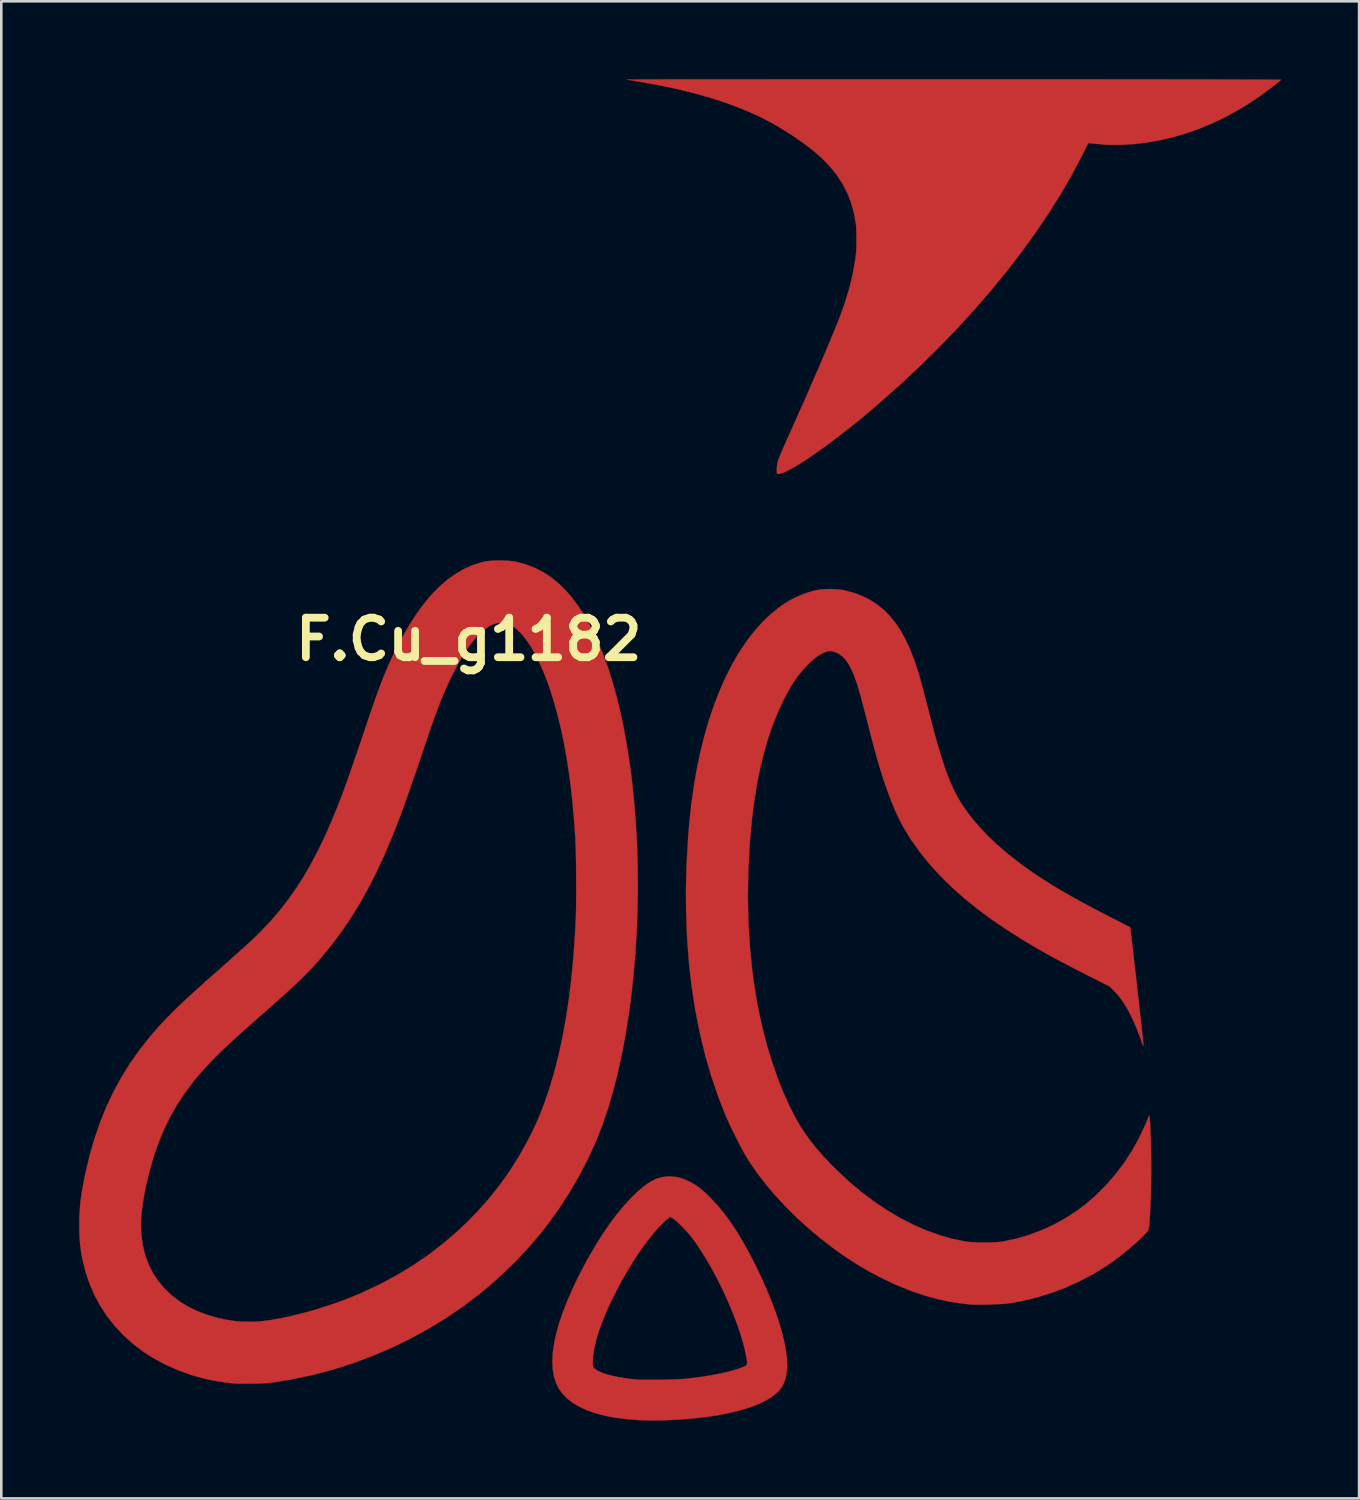
<source format=kicad_pcb>
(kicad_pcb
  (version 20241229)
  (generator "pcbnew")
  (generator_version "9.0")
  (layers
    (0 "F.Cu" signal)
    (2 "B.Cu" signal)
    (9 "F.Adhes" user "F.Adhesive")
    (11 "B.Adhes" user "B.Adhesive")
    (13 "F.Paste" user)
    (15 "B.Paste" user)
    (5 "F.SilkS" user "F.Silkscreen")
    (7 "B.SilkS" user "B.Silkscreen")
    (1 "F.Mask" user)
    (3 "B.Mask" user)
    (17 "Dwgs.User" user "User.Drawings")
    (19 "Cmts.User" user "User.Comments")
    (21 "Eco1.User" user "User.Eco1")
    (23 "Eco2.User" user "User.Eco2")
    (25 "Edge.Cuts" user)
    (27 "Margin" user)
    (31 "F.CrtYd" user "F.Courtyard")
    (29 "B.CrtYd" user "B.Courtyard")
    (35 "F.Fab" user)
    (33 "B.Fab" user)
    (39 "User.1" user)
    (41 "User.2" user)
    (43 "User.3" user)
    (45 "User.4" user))
  (footprint "F.Cu_g1182"
    (layer "F.Cu")
    (at 15.018 21.595)
    (property "Reference" "F.Cu_g1182" (at 0 0 0) (layer "F.SilkS") (effects (font (size 1.524 1.524) (thickness 0.3))))
    (attr through_hole)
    (fp_poly (pts (xy 7.985 20.723) (xy 8.144 20.756) (xy 8.303 20.809) (xy 8.477 20.887) (xy 8.509 20.903) (xy 8.648 20.977) (xy 8.776 21.058) (xy 8.903 21.15) (xy 9.034 21.258) (xy 9.177 21.39) (xy 9.324 21.535) (xy 9.577 21.805) (xy 9.823 22.101) (xy 10.066 22.427) (xy 10.306 22.785) (xy 10.545 23.177) (xy 10.785 23.605) (xy 11.027 24.073) (xy 11.071 24.162) (xy 11.295 24.63) (xy 11.497 25.085) (xy 11.677 25.525) (xy 11.835 25.948) (xy 11.97 26.351) (xy 12.08 26.734) (xy 12.167 27.093) (xy 12.228 27.426) (xy 12.264 27.732) (xy 12.273 28.009) (xy 12.27 28.099) (xy 12.246 28.331) (xy 12.202 28.531) (xy 12.134 28.706) (xy 12.041 28.862) (xy 11.949 28.973) (xy 11.781 29.128) (xy 11.572 29.273) (xy 11.323 29.409) (xy 11.035 29.534) (xy 10.709 29.648) (xy 10.346 29.751) (xy 9.946 29.843) (xy 9.61 29.907) (xy 9.239 29.964) (xy 8.844 30.013) (xy 8.433 30.053) (xy 8.017 30.083) (xy 7.604 30.102) (xy 7.206 30.111) (xy 6.831 30.108) (xy 6.575 30.099) (xy 6.101 30.062) (xy 5.661 30.006) (xy 5.258 29.93) (xy 4.89 29.834) (xy 4.559 29.718) (xy 4.264 29.583) (xy 4.006 29.429) (xy 3.785 29.256) (xy 3.601 29.063) (xy 3.466 28.869) (xy 3.358 28.646) (xy 3.282 28.396) (xy 3.237 28.119) (xy 3.225 27.817) (xy 3.225 27.802) (xy 4.781 27.802) (xy 4.782 27.932) (xy 4.796 28.029) (xy 4.804 28.054) (xy 4.838 28.099) (xy 4.906 28.152) (xy 5 28.207) (xy 5.112 28.26) (xy 5.165 28.281) (xy 5.338 28.338) (xy 5.546 28.392) (xy 5.78 28.441) (xy 6.034 28.483) (xy 6.298 28.517) (xy 6.446 28.532) (xy 6.55 28.538) (xy 6.688 28.543) (xy 6.855 28.545) (xy 7.043 28.545) (xy 7.244 28.544) (xy 7.452 28.541) (xy 7.659 28.537) (xy 7.858 28.531) (xy 8.043 28.524) (xy 8.205 28.515) (xy 8.338 28.506) (xy 8.382 28.502) (xy 8.713 28.464) (xy 9.035 28.42) (xy 9.345 28.369) (xy 9.637 28.314) (xy 9.907 28.255) (xy 10.149 28.193) (xy 10.361 28.13) (xy 10.536 28.065) (xy 10.589 28.042) (xy 10.652 28.012) (xy 10.695 27.985) (xy 10.721 27.952) (xy 10.731 27.907) (xy 10.729 27.842) (xy 10.715 27.749) (xy 10.699 27.652) (xy 10.633 27.336) (xy 10.541 26.994) (xy 10.427 26.631) (xy 10.292 26.251) (xy 10.138 25.861) (xy 9.969 25.465) (xy 9.786 25.068) (xy 9.592 24.677) (xy 9.389 24.295) (xy 9.18 23.93) (xy 8.966 23.584) (xy 8.752 23.265) (xy 8.621 23.086) (xy 8.538 22.981) (xy 8.44 22.867) (xy 8.332 22.749) (xy 8.221 22.633) (xy 8.113 22.526) (xy 8.013 22.434) (xy 7.929 22.363) (xy 7.869 22.321) (xy 7.768 22.263) (xy 7.668 22.338) (xy 7.569 22.42) (xy 7.452 22.532) (xy 7.32 22.671) (xy 7.179 22.83) (xy 7.033 23.005) (xy 6.886 23.192) (xy 6.8 23.306) (xy 6.569 23.632) (xy 6.339 23.981) (xy 6.115 24.349) (xy 5.898 24.727) (xy 5.693 25.112) (xy 5.501 25.496) (xy 5.327 25.874) (xy 5.174 26.239) (xy 5.044 26.586) (xy 4.945 26.892) (xy 4.893 27.089) (xy 4.849 27.285) (xy 4.816 27.473) (xy 4.793 27.647) (xy 4.781 27.802) (xy 3.225 27.802) (xy 3.243 27.488) (xy 3.293 27.135) (xy 3.375 26.758) (xy 3.487 26.357) (xy 3.631 25.934) (xy 3.805 25.487) (xy 4.01 25.019) (xy 4.246 24.529) (xy 4.264 24.494) (xy 4.542 23.965) (xy 4.826 23.467) (xy 5.116 23) (xy 5.408 22.569) (xy 5.703 22.173) (xy 5.998 21.816) (xy 6.293 21.499) (xy 6.308 21.484) (xy 6.526 21.275) (xy 6.729 21.102) (xy 6.921 20.963) (xy 7.105 20.856) (xy 7.285 20.779) (xy 7.465 20.73) (xy 7.649 20.708) (xy 7.811 20.707) (xy 7.985 20.723)) (stroke (width 0.01) (type solid)) (fill yes) (layer "F.Cu"))
    (fp_poly (pts (xy 19.669 -21.59) (xy 20.593 -21.59) (xy 21.481 -21.59) (xy 22.332 -21.589) (xy 23.147 -21.589) (xy 23.925 -21.589) (xy 24.665 -21.588) (xy 25.368 -21.588) (xy 26.033 -21.587) (xy 26.66 -21.587) (xy 27.248 -21.586) (xy 27.798 -21.585) (xy 28.31 -21.584) (xy 28.782 -21.583) (xy 29.214 -21.582) (xy 29.607 -21.581) (xy 29.961 -21.58) (xy 30.273 -21.579) (xy 30.546 -21.578) (xy 30.778 -21.577) (xy 30.968 -21.575) (xy 31.118 -21.574) (xy 31.226 -21.573) (xy 31.292 -21.571) (xy 31.316 -21.57) (xy 31.316 -21.569) (xy 31.296 -21.55) (xy 31.248 -21.509) (xy 31.179 -21.452) (xy 31.093 -21.384) (xy 31.024 -21.329) (xy 30.468 -20.917) (xy 29.902 -20.545) (xy 29.325 -20.214) (xy 28.737 -19.924) (xy 28.138 -19.674) (xy 27.755 -19.538) (xy 27.227 -19.378) (xy 26.696 -19.25) (xy 26.166 -19.154) (xy 25.642 -19.091) (xy 25.129 -19.06) (xy 24.63 -19.064) (xy 24.151 -19.102) (xy 24.131 -19.104) (xy 24.036 -19.115) (xy 23.957 -19.124) (xy 23.904 -19.129) (xy 23.885 -19.129) (xy 23.875 -19.109) (xy 23.848 -19.057) (xy 23.808 -18.977) (xy 23.756 -18.875) (xy 23.695 -18.755) (xy 23.636 -18.637) (xy 23.248 -17.902) (xy 22.818 -17.161) (xy 22.351 -16.416) (xy 21.845 -15.668) (xy 21.303 -14.92) (xy 20.727 -14.173) (xy 20.117 -13.429) (xy 19.476 -12.689) (xy 18.803 -11.955) (xy 18.102 -11.228) (xy 17.373 -10.511) (xy 16.617 -9.806) (xy 15.836 -9.113) (xy 15.711 -9.005) (xy 15.382 -8.725) (xy 15.052 -8.453) (xy 14.726 -8.19) (xy 14.406 -7.938) (xy 14.094 -7.698) (xy 13.792 -7.473) (xy 13.503 -7.264) (xy 13.23 -7.073) (xy 12.974 -6.901) (xy 12.738 -6.751) (xy 12.525 -6.624) (xy 12.337 -6.522) (xy 12.177 -6.447) (xy 12.123 -6.425) (xy 12.021 -6.39) (xy 11.951 -6.374) (xy 11.907 -6.378) (xy 11.884 -6.399) (xy 11.882 -6.404) (xy 11.877 -6.439) (xy 11.876 -6.505) (xy 11.878 -6.587) (xy 11.879 -6.61) (xy 11.882 -6.655) (xy 11.885 -6.696) (xy 11.889 -6.736) (xy 11.897 -6.778) (xy 11.907 -6.824) (xy 11.923 -6.877) (xy 11.944 -6.94) (xy 11.972 -7.015) (xy 12.008 -7.104) (xy 12.052 -7.211) (xy 12.107 -7.339) (xy 12.173 -7.489) (xy 12.25 -7.664) (xy 12.341 -7.868) (xy 12.446 -8.101) (xy 12.566 -8.369) (xy 12.702 -8.672) (xy 12.71 -8.689) (xy 12.831 -8.96) (xy 12.958 -9.247) (xy 13.089 -9.546) (xy 13.223 -9.853) (xy 13.358 -10.164) (xy 13.492 -10.474) (xy 13.623 -10.78) (xy 13.749 -11.077) (xy 13.869 -11.36) (xy 13.98 -11.626) (xy 14.082 -11.871) (xy 14.171 -12.089) (xy 14.247 -12.278) (xy 14.307 -12.432) (xy 14.309 -12.435) (xy 14.512 -13.005) (xy 14.677 -13.557) (xy 14.806 -14.093) (xy 14.897 -14.61) (xy 14.924 -14.817) (xy 14.935 -14.945) (xy 14.943 -15.101) (xy 14.947 -15.274) (xy 14.948 -15.455) (xy 14.946 -15.632) (xy 14.941 -15.795) (xy 14.933 -15.934) (xy 14.924 -16.013) (xy 14.851 -16.426) (xy 14.744 -16.817) (xy 14.6 -17.189) (xy 14.42 -17.542) (xy 14.201 -17.88) (xy 13.944 -18.203) (xy 13.646 -18.515) (xy 13.64 -18.521) (xy 13.414 -18.725) (xy 13.154 -18.937) (xy 12.867 -19.152) (xy 12.559 -19.367) (xy 12.236 -19.576) (xy 11.906 -19.777) (xy 11.574 -19.963) (xy 11.248 -20.132) (xy 11.045 -20.228) (xy 10.51 -20.458) (xy 9.944 -20.67) (xy 9.347 -20.865) (xy 8.717 -21.044) (xy 8.052 -21.208) (xy 7.351 -21.356) (xy 6.636 -21.485) (xy 6.491 -21.509) (xy 6.361 -21.532) (xy 6.251 -21.551) (xy 6.167 -21.567) (xy 6.114 -21.577) (xy 6.098 -21.582) (xy 6.118 -21.582) (xy 6.18 -21.583) (xy 6.282 -21.583) (xy 6.422 -21.583) (xy 6.6 -21.584) (xy 6.815 -21.584) (xy 7.065 -21.585) (xy 7.349 -21.585) (xy 7.667 -21.586) (xy 8.016 -21.586) (xy 8.396 -21.586) (xy 8.806 -21.587) (xy 9.244 -21.587) (xy 9.709 -21.587) (xy 10.2 -21.588) (xy 10.717 -21.588) (xy 11.257 -21.588) (xy 11.82 -21.589) (xy 12.404 -21.589) (xy 13.008 -21.589) (xy 13.632 -21.589) (xy 14.273 -21.589) (xy 14.932 -21.59) (xy 15.606 -21.59) (xy 16.295 -21.59) (xy 16.997 -21.59) (xy 17.711 -21.59) (xy 18.436 -21.59) (xy 18.709 -21.59) (xy 19.669 -21.59)) (stroke (width 0.01) (type solid)) (fill yes) (layer "F.Cu"))
    (fp_poly (pts (xy 14.184 -1.929) (xy 14.372 -1.91) (xy 14.496 -1.888) (xy 14.838 -1.795) (xy 15.158 -1.676) (xy 15.455 -1.529) (xy 15.732 -1.352) (xy 15.989 -1.145) (xy 16.228 -0.906) (xy 16.449 -0.633) (xy 16.654 -0.326) (xy 16.843 0.016) (xy 17.018 0.396) (xy 17.18 0.814) (xy 17.33 1.271) (xy 17.365 1.386) (xy 17.395 1.492) (xy 17.433 1.632) (xy 17.479 1.8) (xy 17.529 1.991) (xy 17.583 2.197) (xy 17.639 2.412) (xy 17.696 2.629) (xy 17.735 2.783) (xy 17.852 3.237) (xy 17.963 3.652) (xy 18.069 4.031) (xy 18.171 4.376) (xy 18.27 4.691) (xy 18.366 4.977) (xy 18.461 5.239) (xy 18.556 5.478) (xy 18.652 5.698) (xy 18.749 5.9) (xy 18.85 6.089) (xy 18.954 6.266) (xy 19.055 6.424) (xy 19.332 6.808) (xy 19.642 7.182) (xy 19.985 7.55) (xy 20.364 7.911) (xy 20.781 8.27) (xy 21.22 8.613) (xy 21.507 8.824) (xy 21.805 9.032) (xy 22.118 9.239) (xy 22.448 9.447) (xy 22.799 9.659) (xy 23.175 9.877) (xy 23.578 10.101) (xy 24.012 10.335) (xy 24.48 10.581) (xy 24.824 10.757) (xy 24.979 10.836) (xy 25.122 10.908) (xy 25.248 10.972) (xy 25.352 11.026) (xy 25.432 11.066) (xy 25.482 11.092) (xy 25.498 11.1) (xy 25.502 11.121) (xy 25.51 11.181) (xy 25.522 11.277) (xy 25.537 11.404) (xy 25.555 11.561) (xy 25.576 11.743) (xy 25.6 11.947) (xy 25.626 12.171) (xy 25.653 12.41) (xy 25.681 12.661) (xy 25.711 12.921) (xy 25.741 13.187) (xy 25.771 13.456) (xy 25.801 13.723) (xy 25.831 13.987) (xy 25.859 14.243) (xy 25.887 14.488) (xy 25.912 14.719) (xy 25.936 14.933) (xy 25.957 15.126) (xy 25.975 15.295) (xy 25.99 15.437) (xy 26.002 15.548) (xy 26.009 15.625) (xy 26.013 15.666) (xy 26.013 15.67) (xy 26.006 15.667) (xy 25.988 15.63) (xy 25.96 15.563) (xy 25.926 15.473) (xy 25.9 15.399) (xy 25.744 14.986) (xy 25.581 14.615) (xy 25.412 14.284) (xy 25.236 13.995) (xy 25.054 13.747) (xy 24.892 13.567) (xy 24.712 13.386) (xy 23.876 12.961) (xy 23.522 12.78) (xy 23.201 12.615) (xy 22.909 12.462) (xy 22.64 12.319) (xy 22.391 12.184) (xy 22.156 12.053) (xy 21.93 11.925) (xy 21.708 11.796) (xy 21.486 11.664) (xy 21.474 11.657) (xy 20.822 11.249) (xy 20.211 10.836) (xy 19.642 10.417) (xy 19.113 9.991) (xy 18.625 9.558) (xy 18.177 9.117) (xy 17.768 8.669) (xy 17.398 8.212) (xy 17.067 7.747) (xy 16.774 7.273) (xy 16.733 7.199) (xy 16.594 6.934) (xy 16.456 6.642) (xy 16.32 6.318) (xy 16.183 5.96) (xy 16.043 5.564) (xy 16.013 5.475) (xy 15.952 5.29) (xy 15.894 5.105) (xy 15.836 4.916) (xy 15.778 4.719) (xy 15.717 4.507) (xy 15.654 4.276) (xy 15.585 4.02) (xy 15.511 3.736) (xy 15.429 3.418) (xy 15.388 3.26) (xy 15.314 2.971) (xy 15.249 2.72) (xy 15.192 2.502) (xy 15.142 2.314) (xy 15.098 2.151) (xy 15.058 2.01) (xy 15.022 1.888) (xy 14.989 1.779) (xy 14.957 1.681) (xy 14.926 1.589) (xy 14.924 1.585) (xy 14.828 1.33) (xy 14.731 1.114) (xy 14.632 0.934) (xy 14.527 0.787) (xy 14.416 0.668) (xy 14.294 0.576) (xy 14.159 0.506) (xy 14.079 0.477) (xy 13.981 0.453) (xy 13.888 0.452) (xy 13.788 0.475) (xy 13.668 0.524) (xy 13.66 0.528) (xy 13.504 0.613) (xy 13.346 0.725) (xy 13.18 0.869) (xy 13.037 1.009) (xy 12.87 1.191) (xy 12.717 1.378) (xy 12.573 1.577) (xy 12.433 1.795) (xy 12.293 2.039) (xy 12.148 2.317) (xy 12.132 2.349) (xy 11.911 2.824) (xy 11.711 3.324) (xy 11.53 3.851) (xy 11.37 4.408) (xy 11.228 4.994) (xy 11.106 5.612) (xy 11.002 6.263) (xy 10.916 6.95) (xy 10.848 7.673) (xy 10.827 7.959) (xy 10.775 8.968) (xy 10.76 9.959) (xy 10.782 10.931) (xy 10.841 11.886) (xy 10.937 12.824) (xy 10.997 13.267) (xy 11.1 13.909) (xy 11.225 14.544) (xy 11.371 15.167) (xy 11.535 15.776) (xy 11.717 16.365) (xy 11.915 16.93) (xy 12.129 17.467) (xy 12.355 17.972) (xy 12.595 18.44) (xy 12.597 18.444) (xy 12.774 18.75) (xy 12.965 19.046) (xy 13.174 19.336) (xy 13.406 19.626) (xy 13.664 19.921) (xy 13.952 20.227) (xy 14.194 20.468) (xy 14.664 20.906) (xy 15.146 21.31) (xy 15.636 21.679) (xy 16.134 22.013) (xy 16.638 22.31) (xy 17.146 22.57) (xy 17.656 22.792) (xy 18.167 22.975) (xy 18.677 23.117) (xy 19.16 23.214) (xy 19.296 23.23) (xy 19.463 23.242) (xy 19.651 23.25) (xy 19.851 23.252) (xy 20.051 23.25) (xy 20.242 23.244) (xy 20.413 23.233) (xy 20.555 23.217) (xy 20.585 23.213) (xy 21.092 23.106) (xy 21.595 22.96) (xy 22.089 22.776) (xy 22.568 22.556) (xy 23.028 22.301) (xy 23.465 22.015) (xy 23.749 21.801) (xy 24.165 21.443) (xy 24.558 21.051) (xy 24.924 20.63) (xy 25.263 20.182) (xy 25.57 19.711) (xy 25.843 19.22) (xy 26.081 18.714) (xy 26.138 18.575) (xy 26.173 18.49) (xy 26.203 18.419) (xy 26.224 18.373) (xy 26.231 18.36) (xy 26.239 18.372) (xy 26.248 18.423) (xy 26.256 18.509) (xy 26.265 18.626) (xy 26.273 18.769) (xy 26.28 18.936) (xy 26.287 19.123) (xy 26.294 19.326) (xy 26.299 19.541) (xy 26.304 19.763) (xy 26.307 19.991) (xy 26.309 20.219) (xy 26.31 20.405) (xy 26.308 20.682) (xy 26.305 20.963) (xy 26.299 21.241) (xy 26.292 21.512) (xy 26.282 21.77) (xy 26.271 22.012) (xy 26.259 22.232) (xy 26.245 22.425) (xy 26.231 22.586) (xy 26.216 22.711) (xy 26.213 22.727) (xy 26.191 22.778) (xy 26.137 22.851) (xy 26.056 22.943) (xy 25.951 23.05) (xy 25.826 23.169) (xy 25.684 23.298) (xy 25.529 23.432) (xy 25.365 23.57) (xy 25.194 23.708) (xy 25.02 23.842) (xy 24.848 23.971) (xy 24.679 24.089) (xy 24.621 24.129) (xy 24.109 24.447) (xy 23.573 24.733) (xy 23.017 24.985) (xy 22.445 25.201) (xy 21.862 25.379) (xy 21.273 25.518) (xy 20.774 25.603) (xy 20.697 25.611) (xy 20.588 25.619) (xy 20.455 25.626) (xy 20.304 25.633) (xy 20.143 25.639) (xy 19.979 25.643) (xy 19.819 25.647) (xy 19.671 25.649) (xy 19.542 25.649) (xy 19.438 25.647) (xy 19.368 25.643) (xy 19.357 25.642) (xy 19.309 25.636) (xy 19.232 25.627) (xy 19.137 25.617) (xy 19.071 25.61) (xy 18.568 25.538) (xy 18.052 25.428) (xy 17.527 25.28) (xy 16.994 25.097) (xy 16.458 24.878) (xy 15.92 24.624) (xy 15.384 24.338) (xy 14.933 24.071) (xy 14.45 23.755) (xy 13.973 23.413) (xy 13.507 23.049) (xy 13.055 22.666) (xy 12.62 22.267) (xy 12.208 21.857) (xy 11.82 21.439) (xy 11.461 21.017) (xy 11.134 20.593) (xy 10.843 20.172) (xy 10.705 19.951) (xy 10.627 19.817) (xy 10.537 19.652) (xy 10.438 19.465) (xy 10.335 19.263) (xy 10.231 19.056) (xy 10.13 18.85) (xy 10.038 18.655) (xy 9.958 18.478) (xy 9.912 18.373) (xy 9.614 17.617) (xy 9.349 16.834) (xy 9.114 16.025) (xy 8.912 15.19) (xy 8.742 14.33) (xy 8.603 13.447) (xy 8.497 12.54) (xy 8.424 11.612) (xy 8.382 10.662) (xy 8.373 9.692) (xy 8.397 8.703) (xy 8.454 7.695) (xy 8.499 7.123) (xy 8.576 6.394) (xy 8.674 5.688) (xy 8.792 5.005) (xy 8.93 4.346) (xy 9.088 3.712) (xy 9.265 3.105) (xy 9.461 2.526) (xy 9.675 1.976) (xy 9.906 1.456) (xy 10.154 0.967) (xy 10.419 0.511) (xy 10.7 0.088) (xy 10.997 -0.3) (xy 11.308 -0.651) (xy 11.635 -0.965) (xy 11.975 -1.241) (xy 12.15 -1.364) (xy 12.398 -1.514) (xy 12.669 -1.65) (xy 12.949 -1.764) (xy 13.226 -1.854) (xy 13.412 -1.898) (xy 13.58 -1.923) (xy 13.774 -1.936) (xy 13.98 -1.938) (xy 14.184 -1.929)) (stroke (width 0.01) (type solid)) (fill yes) (layer "F.Cu"))
    (fp_poly (pts (xy 1.454 -3.032) (xy 1.626 -3.019) (xy 1.776 -3) (xy 1.831 -2.989) (xy 2.191 -2.893) (xy 2.533 -2.763) (xy 2.857 -2.598) (xy 3.166 -2.398) (xy 3.459 -2.162) (xy 3.74 -1.888) (xy 4.008 -1.575) (xy 4.266 -1.223) (xy 4.486 -0.878) (xy 4.726 -0.446) (xy 4.953 0.025) (xy 5.166 0.535) (xy 5.366 1.081) (xy 5.55 1.663) (xy 5.72 2.281) (xy 5.875 2.932) (xy 5.926 3.171) (xy 6.069 3.921) (xy 6.193 4.692) (xy 6.296 5.482) (xy 6.379 6.288) (xy 6.443 7.106) (xy 6.488 7.934) (xy 6.513 8.768) (xy 6.519 9.605) (xy 6.506 10.442) (xy 6.474 11.275) (xy 6.424 12.101) (xy 6.355 12.918) (xy 6.268 13.721) (xy 6.162 14.509) (xy 6.039 15.276) (xy 5.898 16.021) (xy 5.739 16.741) (xy 5.562 17.431) (xy 5.369 18.089) (xy 5.158 18.711) (xy 5.153 18.724) (xy 4.892 19.383) (xy 4.591 20.04) (xy 4.254 20.689) (xy 3.882 21.326) (xy 3.479 21.947) (xy 3.048 22.545) (xy 2.786 22.88) (xy 2.311 23.44) (xy 1.8 23.984) (xy 1.26 24.508) (xy 0.695 25.006) (xy 0.434 25.22) (xy -0.203 25.705) (xy -0.868 26.158) (xy -1.558 26.579) (xy -2.269 26.968) (xy -3 27.322) (xy -3.749 27.64) (xy -4.511 27.922) (xy -5.285 28.166) (xy -6.067 28.37) (xy -6.856 28.535) (xy -7.429 28.629) (xy -7.57 28.648) (xy -7.697 28.663) (xy -7.82 28.674) (xy -7.949 28.682) (xy -8.095 28.687) (xy -8.269 28.69) (xy -8.361 28.692) (xy -8.513 28.693) (xy -8.655 28.693) (xy -8.781 28.693) (xy -8.883 28.692) (xy -8.955 28.691) (xy -8.985 28.689) (xy -9.329 28.651) (xy -9.64 28.607) (xy -9.928 28.556) (xy -10.201 28.496) (xy -10.47 28.425) (xy -10.713 28.351) (xy -11.216 28.17) (xy -11.693 27.958) (xy -12.141 27.717) (xy -12.561 27.447) (xy -12.951 27.149) (xy -13.31 26.826) (xy -13.638 26.476) (xy -13.933 26.102) (xy -14.195 25.705) (xy -14.423 25.285) (xy -14.615 24.843) (xy -14.771 24.381) (xy -14.89 23.899) (xy -14.891 23.897) (xy -14.942 23.612) (xy -14.979 23.33) (xy -15.002 23.039) (xy -15.012 22.725) (xy -15.013 22.595) (xy -15.013 22.554) (xy -12.634 22.554) (xy -12.628 22.814) (xy -12.615 22.99) (xy -12.558 23.384) (xy -12.464 23.756) (xy -12.335 24.106) (xy -12.17 24.433) (xy -11.968 24.738) (xy -11.731 25.02) (xy -11.458 25.281) (xy -11.148 25.519) (xy -11.091 25.558) (xy -10.799 25.733) (xy -10.475 25.889) (xy -10.126 26.024) (xy -9.759 26.136) (xy -9.38 26.223) (xy -8.997 26.282) (xy -8.858 26.296) (xy -8.751 26.302) (xy -8.615 26.305) (xy -8.463 26.306) (xy -8.308 26.304) (xy -8.164 26.299) (xy -8.042 26.292) (xy -8.001 26.289) (xy -7.64 26.241) (xy -7.251 26.173) (xy -6.839 26.085) (xy -6.411 25.979) (xy -5.974 25.858) (xy -5.534 25.722) (xy -5.097 25.574) (xy -4.671 25.416) (xy -4.261 25.249) (xy -4.099 25.179) (xy -3.409 24.852) (xy -2.752 24.499) (xy -2.125 24.117) (xy -1.526 23.707) (xy -0.955 23.266) (xy -0.41 22.795) (xy -0.087 22.49) (xy 0.383 22.007) (xy 0.817 21.514) (xy 1.219 21.005) (xy 1.592 20.475) (xy 1.942 19.918) (xy 2.271 19.329) (xy 2.425 19.029) (xy 2.666 18.51) (xy 2.89 17.953) (xy 3.096 17.359) (xy 3.285 16.729) (xy 3.456 16.064) (xy 3.609 15.365) (xy 3.743 14.633) (xy 3.86 13.868) (xy 3.957 13.072) (xy 4.036 12.245) (xy 4.096 11.389) (xy 4.13 10.71) (xy 4.135 10.532) (xy 4.139 10.321) (xy 4.142 10.084) (xy 4.144 9.826) (xy 4.144 9.555) (xy 4.143 9.276) (xy 4.141 8.995) (xy 4.138 8.719) (xy 4.134 8.454) (xy 4.129 8.207) (xy 4.122 7.983) (xy 4.115 7.789) (xy 4.107 7.631) (xy 4.107 7.631) (xy 4.059 6.945) (xy 4.002 6.296) (xy 3.934 5.679) (xy 3.857 5.091) (xy 3.768 4.525) (xy 3.667 3.978) (xy 3.554 3.445) (xy 3.429 2.932) (xy 3.304 2.47) (xy 3.169 2.033) (xy 3.026 1.622) (xy 2.877 1.239) (xy 2.721 0.886) (xy 2.56 0.565) (xy 2.394 0.278) (xy 2.225 0.026) (xy 2.054 -0.188) (xy 1.881 -0.363) (xy 1.783 -0.443) (xy 1.631 -0.543) (xy 1.485 -0.606) (xy 1.338 -0.636) (xy 1.27 -0.64) (xy 1.115 -0.629) (xy 0.966 -0.591) (xy 0.819 -0.524) (xy 0.667 -0.425) (xy 0.507 -0.291) (xy 0.401 -0.191) (xy 0.231 -0.009) (xy 0.066 0.194) (xy -0.096 0.423) (xy -0.26 0.682) (xy -0.426 0.974) (xy -0.581 1.27) (xy -0.68 1.471) (xy -0.774 1.667) (xy -0.864 1.864) (xy -0.952 2.065) (xy -1.04 2.275) (xy -1.129 2.498) (xy -1.22 2.74) (xy -1.317 3.004) (xy -1.42 3.294) (xy -1.531 3.615) (xy -1.652 3.972) (xy -1.673 4.033) (xy -1.818 4.464) (xy -1.952 4.858) (xy -2.074 5.217) (xy -2.188 5.546) (xy -2.292 5.847) (xy -2.39 6.123) (xy -2.481 6.379) (xy -2.568 6.616) (xy -2.65 6.838) (xy -2.73 7.048) (xy -2.808 7.249) (xy -2.886 7.445) (xy -2.964 7.639) (xy -2.994 7.711) (xy -3.284 8.389) (xy -3.583 9.028) (xy -3.892 9.632) (xy -4.214 10.204) (xy -4.55 10.748) (xy -4.903 11.267) (xy -5.274 11.765) (xy -5.666 12.244) (xy -5.936 12.551) (xy -6.036 12.661) (xy -6.139 12.769) (xy -6.245 12.88) (xy -6.359 12.994) (xy -6.482 13.114) (xy -6.617 13.243) (xy -6.766 13.383) (xy -6.932 13.535) (xy -7.117 13.703) (xy -7.324 13.889) (xy -7.555 14.095) (xy -7.812 14.322) (xy -8.099 14.575) (xy -8.181 14.647) (xy -8.511 14.938) (xy -8.811 15.206) (xy -9.083 15.454) (xy -9.329 15.683) (xy -9.553 15.897) (xy -9.758 16.098) (xy -9.945 16.289) (xy -10.119 16.472) (xy -10.28 16.651) (xy -10.433 16.828) (xy -10.58 17.005) (xy -10.619 17.054) (xy -10.95 17.495) (xy -11.249 17.95) (xy -11.518 18.424) (xy -11.758 18.92) (xy -11.971 19.44) (xy -12.159 19.989) (xy -12.322 20.568) (xy -12.413 20.947) (xy -12.492 21.325) (xy -12.553 21.67) (xy -12.597 21.987) (xy -12.624 22.279) (xy -12.634 22.554) (xy -15.013 22.554) (xy -15.01 22.307) (xy -14.996 22.029) (xy -14.973 21.753) (xy -14.939 21.471) (xy -14.892 21.172) (xy -14.831 20.85) (xy -14.783 20.617) (xy -14.62 19.924) (xy -14.43 19.263) (xy -14.214 18.631) (xy -13.97 18.026) (xy -13.697 17.446) (xy -13.393 16.888) (xy -13.058 16.349) (xy -12.69 15.827) (xy -12.31 15.346) (xy -12.152 15.16) (xy -11.992 14.977) (xy -11.826 14.795) (xy -11.65 14.609) (xy -11.463 14.419) (xy -11.261 14.22) (xy -11.042 14.009) (xy -10.801 13.785) (xy -10.537 13.544) (xy -10.247 13.282) (xy -9.927 12.998) (xy -9.842 12.923) (xy -9.571 12.684) (xy -9.33 12.471) (xy -9.116 12.281) (xy -8.926 12.112) (xy -8.759 11.961) (xy -8.611 11.828) (xy -8.481 11.709) (xy -8.365 11.601) (xy -8.262 11.504) (xy -8.169 11.415) (xy -8.083 11.331) (xy -8.003 11.25) (xy -7.959 11.205) (xy -7.604 10.824) (xy -7.268 10.43) (xy -6.95 10.02) (xy -6.648 9.59) (xy -6.358 9.137) (xy -6.081 8.658) (xy -5.813 8.15) (xy -5.552 7.608) (xy -5.296 7.031) (xy -5.069 6.477) (xy -4.998 6.296) (xy -4.929 6.117) (xy -4.86 5.935) (xy -4.79 5.746) (xy -4.717 5.547) (xy -4.641 5.335) (xy -4.56 5.104) (xy -4.472 4.852) (xy -4.377 4.574) (xy -4.272 4.267) (xy -4.157 3.927) (xy -4.044 3.59) (xy -3.918 3.216) (xy -3.803 2.88) (xy -3.698 2.576) (xy -3.602 2.301) (xy -3.513 2.053) (xy -3.43 1.827) (xy -3.351 1.619) (xy -3.275 1.427) (xy -3.201 1.246) (xy -3.127 1.073) (xy -3.052 0.904) (xy -2.974 0.736) (xy -2.893 0.564) (xy -2.813 0.402) (xy -2.548 -0.107) (xy -2.277 -0.576) (xy -1.999 -1.002) (xy -1.715 -1.388) (xy -1.423 -1.733) (xy -1.123 -2.038) (xy -0.815 -2.304) (xy -0.499 -2.529) (xy -0.175 -2.715) (xy 0.158 -2.862) (xy 0.501 -2.971) (xy 0.615 -2.998) (xy 0.743 -3.018) (xy 0.902 -3.032) (xy 1.08 -3.039) (xy 1.268 -3.039) (xy 1.454 -3.032)) (stroke (width 0.01) (type solid)) (fill yes) (layer "F.Cu")))
  (gr_rect
    (start -3 -3)
    (end 49.34 54.711)
    (stroke (width 0.1) (type default))
    (fill no)
    (layer "Edge.Cuts")))
</source>
